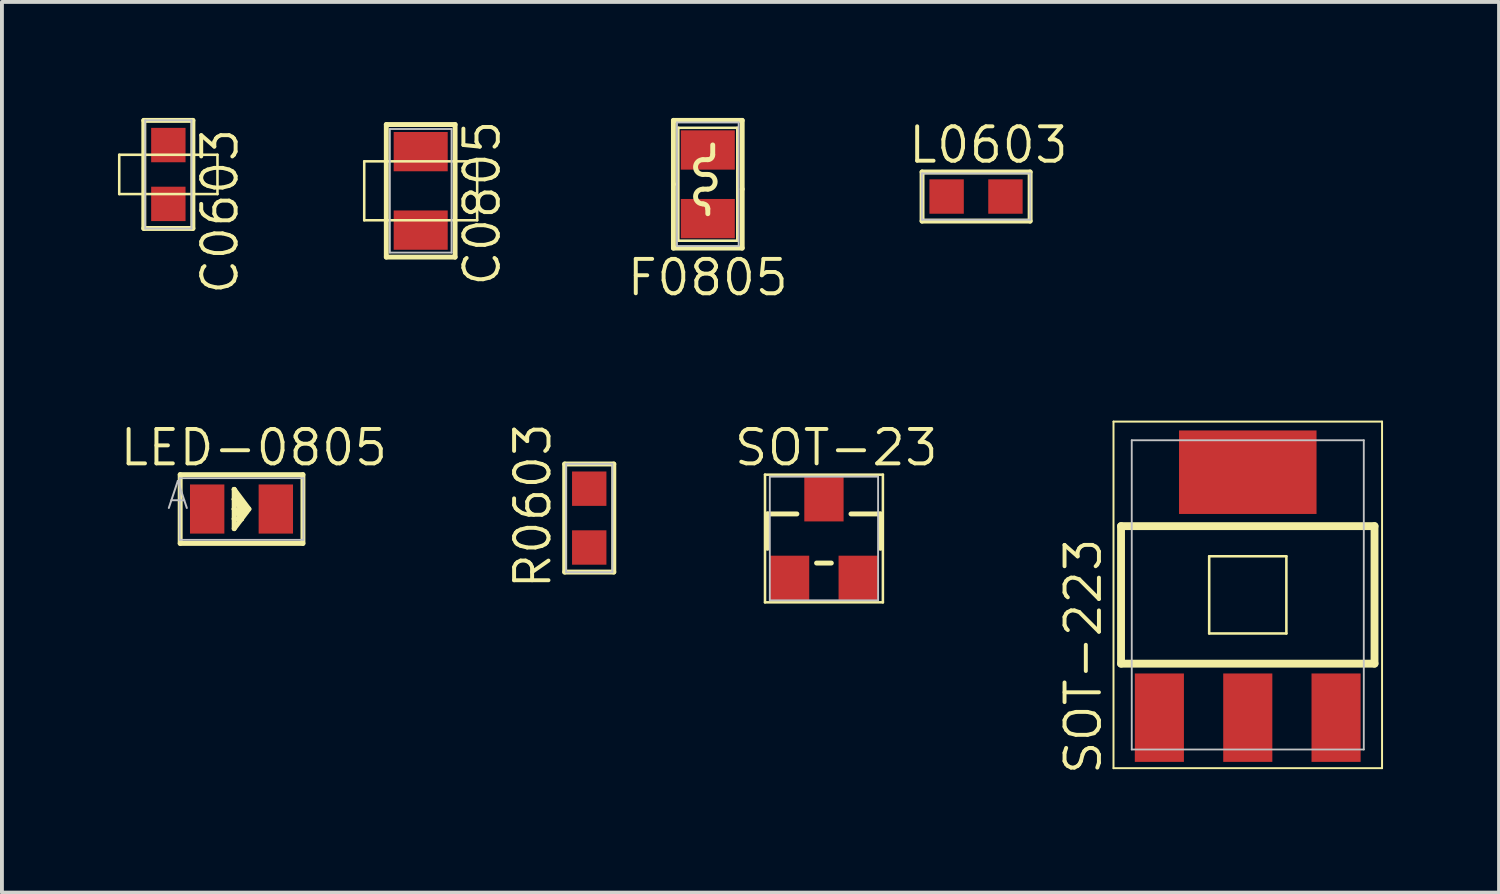
<source format=kicad_pcb>
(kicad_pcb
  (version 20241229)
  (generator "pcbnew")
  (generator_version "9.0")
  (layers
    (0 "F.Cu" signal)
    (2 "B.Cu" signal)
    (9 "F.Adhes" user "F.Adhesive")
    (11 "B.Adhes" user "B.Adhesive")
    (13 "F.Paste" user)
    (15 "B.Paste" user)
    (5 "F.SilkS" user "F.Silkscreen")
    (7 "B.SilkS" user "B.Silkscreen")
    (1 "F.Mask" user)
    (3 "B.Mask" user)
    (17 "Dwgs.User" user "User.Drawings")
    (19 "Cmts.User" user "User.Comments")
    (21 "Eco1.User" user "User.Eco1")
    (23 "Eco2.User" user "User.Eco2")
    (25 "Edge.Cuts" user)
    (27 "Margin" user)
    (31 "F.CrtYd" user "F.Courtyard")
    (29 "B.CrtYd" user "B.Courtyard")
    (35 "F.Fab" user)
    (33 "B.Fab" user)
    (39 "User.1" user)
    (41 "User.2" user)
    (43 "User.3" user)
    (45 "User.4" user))
  (footprint "C0603"
    (layer "F.Cu")
    (at 1.303 1.46)
    (property "Reference" "C0603" (at 1.333 0.953 270) (layer "F.SilkS") (effects (font (size 0.889 0.889) (thickness 0.102))))
    (attr smd)
    (fp_line (start -1.27 -0.508) (end 1.27 -0.508) (stroke (width 0.066) (type solid)) (layer "F.SilkS"))
    (fp_line (start -1.27 0.508) (end -1.27 -0.508) (stroke (width 0.066) (type solid)) (layer "F.SilkS"))
    (fp_line (start -1.27 0.508) (end 1.27 0.508) (stroke (width 0.066) (type solid)) (layer "F.SilkS"))
    (fp_line (start -0.635 -1.397) (end 0.635 -1.397) (stroke (width 0.127) (type solid)) (layer "F.SilkS"))
    (fp_line (start -0.635 1.397) (end -0.635 -1.397) (stroke (width 0.127) (type solid)) (layer "F.SilkS"))
    (fp_line (start 0.635 -1.397) (end 0.635 1.397) (stroke (width 0.127) (type solid)) (layer "F.SilkS"))
    (fp_line (start 0.635 1.397) (end -0.635 1.397) (stroke (width 0.127) (type solid)) (layer "F.SilkS"))
    (fp_line (start 1.27 0.508) (end 1.27 -0.508) (stroke (width 0.066) (type solid)) (layer "F.SilkS"))
    (fp_line (start -0.599 -1.4) (end -0.599 1.4) (stroke (width 0.048) (type solid)) (layer "Dwgs.User"))
    (fp_line (start -0.599 1.4) (end 0.599 1.4) (stroke (width 0.048) (type solid)) (layer "Dwgs.User"))
    (fp_line (start 0.599 -1.4) (end -0.599 -1.4) (stroke (width 0.048) (type solid)) (layer "Dwgs.User"))
    (fp_line (start 0.599 1.4) (end 0.599 -1.4) (stroke (width 0.048) (type solid)) (layer "Dwgs.User"))
    (pad "1" smd rect (at 0 -0.759 270) (size 0.889 0.889) (layers "F.Cu" "F.Mask" "F.Paste"))
    (pad "2" smd rect (at 0 0.762 270) (size 0.889 0.889) (layers "F.Cu" "F.Mask" "F.Paste")))
  (footprint "C0805"
    (layer "F.Cu")
    (at 7.828 1.884)
    (property "Reference" "C0805" (at 1.587 0.318 270) (layer "F.SilkS") (effects (font (size 0.889 0.889) (thickness 0.102))))
    (attr smd)
    (fp_line (start -1.46 -0.762) (end 1.46 -0.762) (stroke (width 0.066) (type solid)) (layer "F.SilkS"))
    (fp_line (start -1.46 0.762) (end -1.46 -0.762) (stroke (width 0.066) (type solid)) (layer "F.SilkS"))
    (fp_line (start -1.46 0.762) (end 1.46 0.762) (stroke (width 0.066) (type solid)) (layer "F.SilkS"))
    (fp_line (start -0.889 -1.714) (end 0.889 -1.714) (stroke (width 0.127) (type solid)) (layer "F.SilkS"))
    (fp_line (start -0.889 1.714) (end -0.889 -1.714) (stroke (width 0.127) (type solid)) (layer "F.SilkS"))
    (fp_line (start 0.889 -1.714) (end 0.889 1.714) (stroke (width 0.127) (type solid)) (layer "F.SilkS"))
    (fp_line (start 0.889 1.714) (end -0.889 1.714) (stroke (width 0.127) (type solid)) (layer "F.SilkS"))
    (fp_line (start 1.46 0.762) (end 1.46 -0.762) (stroke (width 0.066) (type solid)) (layer "F.SilkS"))
    (fp_line (start -0.798 -1.598) (end -0.798 1.598) (stroke (width 0.048) (type solid)) (layer "Dwgs.User"))
    (fp_line (start -0.798 1.598) (end 0.798 1.598) (stroke (width 0.048) (type solid)) (layer "Dwgs.User"))
    (fp_line (start 0.798 -1.598) (end -0.798 -1.598) (stroke (width 0.048) (type solid)) (layer "Dwgs.User"))
    (fp_line (start 0.798 1.598) (end 0.798 -1.598) (stroke (width 0.048) (type solid)) (layer "Dwgs.User"))
    (pad "1" smd rect (at 0 -1.013 270) (size 1.016 1.397) (layers "F.Cu" "F.Mask" "F.Paste"))
    (pad "2" smd rect (at 0 1.016 270) (size 1.016 1.397) (layers "F.Cu" "F.Mask" "F.Paste")))
  (footprint "SOT-23"
    (layer "F.Cu")
    (at 18.255 10.874)
    (property "Reference" "SOT-23" (at 0.318 -2.349 0) (layer "F.SilkS") (effects (font (size 0.889 0.889) (thickness 0.102))))
    (attr smd)
    (fp_line (start -1.524 -1.651) (end 1.524 -1.651) (stroke (width 0.066) (type solid)) (layer "F.SilkS"))
    (fp_line (start -1.524 1.651) (end -1.524 -1.651) (stroke (width 0.066) (type solid)) (layer "F.SilkS"))
    (fp_line (start -1.524 1.651) (end 1.524 1.651) (stroke (width 0.066) (type solid)) (layer "F.SilkS"))
    (fp_line (start -1.46 -0.635) (end -1.46 0.254) (stroke (width 0.127) (type solid)) (layer "F.SilkS"))
    (fp_line (start -0.699 -0.635) (end -1.46 -0.635) (stroke (width 0.127) (type solid)) (layer "F.SilkS"))
    (fp_line (start -0.191 0.635) (end 0.191 0.635) (stroke (width 0.127) (type solid)) (layer "F.SilkS"))
    (fp_line (start 1.46 -0.635) (end 0.699 -0.635) (stroke (width 0.127) (type solid)) (layer "F.SilkS"))
    (fp_line (start 1.46 0.254) (end 1.46 -0.635) (stroke (width 0.127) (type solid)) (layer "F.SilkS"))
    (fp_line (start 1.524 1.651) (end 1.524 -1.651) (stroke (width 0.066) (type solid)) (layer "F.SilkS"))
    (fp_line (start -1.4 -1.598) (end 1.4 -1.598) (stroke (width 0.048) (type solid)) (layer "Dwgs.User"))
    (fp_line (start -1.4 1.598) (end -1.4 -1.598) (stroke (width 0.048) (type solid)) (layer "Dwgs.User"))
    (fp_line (start 1.4 -1.598) (end 1.4 1.598) (stroke (width 0.048) (type solid)) (layer "Dwgs.User"))
    (fp_line (start 1.4 1.598) (end -1.4 1.598) (stroke (width 0.048) (type solid)) (layer "Dwgs.User"))
    (pad "1" smd rect (at -0.889 1.016 180) (size 1.016 1.143) (layers "F.Cu" "F.Mask" "F.Paste"))
    (pad "2" smd rect (at 0.886 1.016) (size 1.016 1.143) (layers "F.Cu" "F.Mask" "F.Paste"))
    (pad "3" smd rect (at 0 -1.013) (size 1.016 1.143) (layers "F.Cu" "F.Mask" "F.Paste")))
  (footprint "R0603"
    (layer "F.Cu")
    (at 12.186 10.345)
    (property "Reference" "R0603" (at -1.46 -0.318 90) (layer "F.SilkS") (effects (font (size 0.889 0.889) (thickness 0.102))))
    (attr smd)
    (fp_line (start -0.635 -1.397) (end 0.635 -1.397) (stroke (width 0.127) (type solid)) (layer "F.SilkS"))
    (fp_line (start -0.635 1.397) (end -0.635 -1.397) (stroke (width 0.127) (type solid)) (layer "F.SilkS"))
    (fp_line (start 0.635 -1.397) (end 0.635 1.397) (stroke (width 0.127) (type solid)) (layer "F.SilkS"))
    (fp_line (start 0.635 1.397) (end -0.635 1.397) (stroke (width 0.127) (type solid)) (layer "F.SilkS"))
    (fp_line (start -0.599 -1.4) (end 0.599 -1.4) (stroke (width 0.048) (type solid)) (layer "Dwgs.User"))
    (fp_line (start -0.599 1.4) (end -0.599 -1.4) (stroke (width 0.048) (type solid)) (layer "Dwgs.User"))
    (fp_line (start 0.599 -1.4) (end 0.599 1.4) (stroke (width 0.048) (type solid)) (layer "Dwgs.User"))
    (fp_line (start 0.599 1.4) (end -0.599 1.4) (stroke (width 0.048) (type solid)) (layer "Dwgs.User"))
    (pad "1" smd rect (at 0 -0.759 270) (size 0.889 0.889) (layers "F.Cu" "F.Mask" "F.Paste"))
    (pad "2" smd rect (at 0 0.762 270) (size 0.889 0.889) (layers "F.Cu" "F.Mask" "F.Paste")))
  (footprint "LED-0805"
    (layer "F.Cu")
    (at 3.196 10.112)
    (property "Reference" "LED-0805" (at 0.318 -1.587 0) (layer "F.SilkS") (effects (font (size 0.889 0.889) (thickness 0.102))))
    (attr smd)
    (fp_line (start -1.587 -0.889) (end 1.587 -0.889) (stroke (width 0.066) (type solid)) (layer "F.SilkS"))
    (fp_line (start -1.587 -0.889) (end 1.587 -0.889) (stroke (width 0.127) (type solid)) (layer "F.SilkS"))
    (fp_line (start -1.587 0.889) (end -1.587 -0.889) (stroke (width 0.066) (type solid)) (layer "F.SilkS"))
    (fp_line (start -1.587 0.889) (end -1.587 -0.889) (stroke (width 0.127) (type solid)) (layer "F.SilkS"))
    (fp_line (start -1.587 0.889) (end 1.587 0.889) (stroke (width 0.066) (type solid)) (layer "F.SilkS"))
    (fp_line (start -0.191 -0.508) (end -0.191 -0.254) (stroke (width 0.127) (type solid)) (layer "F.SilkS"))
    (fp_line (start -0.191 -0.508) (end 0.127 0.064) (stroke (width 0.127) (type solid)) (layer "F.SilkS"))
    (fp_line (start -0.191 -0.254) (end -0.191 0) (stroke (width 0.127) (type solid)) (layer "F.SilkS"))
    (fp_line (start -0.191 -0.254) (end 0.064 0.127) (stroke (width 0.127) (type solid)) (layer "F.SilkS"))
    (fp_line (start -0.191 0) (end -0.191 0.254) (stroke (width 0.127) (type solid)) (layer "F.SilkS"))
    (fp_line (start -0.191 0) (end 0 0.254) (stroke (width 0.127) (type solid)) (layer "F.SilkS"))
    (fp_line (start -0.191 0.254) (end -0.191 0.508) (stroke (width 0.127) (type solid)) (layer "F.SilkS"))
    (fp_line (start -0.191 0.508) (end 0 0.254) (stroke (width 0.127) (type solid)) (layer "F.SilkS"))
    (fp_line (start 0 0.254) (end -0.191 0.254) (stroke (width 0.127) (type solid)) (layer "F.SilkS"))
    (fp_line (start 0 0.254) (end 0.191 0) (stroke (width 0.127) (type solid)) (layer "F.SilkS"))
    (fp_line (start 0.064 0.127) (end -0.191 0) (stroke (width 0.127) (type solid)) (layer "F.SilkS"))
    (fp_line (start 0.127 0.064) (end -0.191 -0.254) (stroke (width 0.127) (type solid)) (layer "F.SilkS"))
    (fp_line (start 0.191 0) (end -0.191 -0.508) (stroke (width 0.127) (type solid)) (layer "F.SilkS"))
    (fp_line (start 1.587 -0.889) (end 1.587 0.889) (stroke (width 0.127) (type solid)) (layer "F.SilkS"))
    (fp_line (start 1.587 0.889) (end -1.587 0.889) (stroke (width 0.127) (type solid)) (layer "F.SilkS"))
    (fp_line (start 1.587 0.889) (end 1.587 -0.889) (stroke (width 0.066) (type solid)) (layer "F.SilkS"))
    (fp_line (start -1.598 -0.798) (end -1.598 0.798) (stroke (width 0.048) (type solid)) (layer "Dwgs.User"))
    (fp_line (start -1.598 0.798) (end 1.598 0.798) (stroke (width 0.048) (type solid)) (layer "Dwgs.User"))
    (fp_line (start 1.598 -0.798) (end -1.598 -0.798) (stroke (width 0.048) (type solid)) (layer "Dwgs.User"))
    (fp_line (start 1.598 0.798) (end 1.598 -0.798) (stroke (width 0.048) (type solid)) (layer "Dwgs.User"))
    (fp_text user "A" (at -1.648 -0.348 0) (layer "Dwgs.User") (effects (font (size 0.699 0.699) (thickness 0.051))))
    (pad "+" smd rect (at -0.889 0) (size 0.889 1.27) (layers "F.Cu" "F.Mask" "F.Paste"))
    (pad "-" smd rect (at 0.886 0) (size 0.889 1.27) (layers "F.Cu" "F.Mask" "F.Paste")))
  (footprint "F0805"
    (layer "F.Cu")
    (at 15.252 1.714)
    (property "Reference" "F0805" (at 0 2.413 0) (layer "F.SilkS") (effects (font (size 0.889 0.889) (thickness 0.102))))
    (attr smd)
    (fp_line (start -0.889 -1.651) (end 0.889 -1.651) (stroke (width 0.127) (type solid)) (layer "F.SilkS"))
    (fp_line (start -0.889 0) (end -0.889 -1.651) (stroke (width 0.127) (type solid)) (layer "F.SilkS"))
    (fp_line (start -0.889 1.651) (end -0.889 0) (stroke (width 0.127) (type solid)) (layer "F.SilkS"))
    (fp_line (start -0.762 1.46) (end -0.762 -1.46) (stroke (width 0.066) (type solid)) (layer "F.SilkS"))
    (fp_line (start -0.127 -0.635) (end 0 -0.635) (stroke (width 0.127) (type solid)) (layer "F.SilkS"))
    (fp_line (start -0.127 0.127) (end 0 0.127) (stroke (width 0.127) (type solid)) (layer "F.SilkS"))
    (fp_line (start 0 -0.254) (end -0.127 -0.254) (stroke (width 0.127) (type solid)) (layer "F.SilkS"))
    (fp_line (start 0 0.762) (end 0 0.635) (stroke (width 0.127) (type solid)) (layer "F.SilkS"))
    (fp_line (start 0.127 -0.762) (end 0.127 -1.016) (stroke (width 0.127) (type solid)) (layer "F.SilkS"))
    (fp_line (start 0.762 -1.46) (end -0.762 -1.46) (stroke (width 0.066) (type solid)) (layer "F.SilkS"))
    (fp_line (start 0.762 1.46) (end -0.762 1.46) (stroke (width 0.066) (type solid)) (layer "F.SilkS"))
    (fp_line (start 0.762 1.46) (end 0.762 -1.46) (stroke (width 0.066) (type solid)) (layer "F.SilkS"))
    (fp_line (start 0.889 -1.651) (end 0.889 0.127) (stroke (width 0.127) (type solid)) (layer "F.SilkS"))
    (fp_line (start 0.889 0.127) (end 0.889 1.651) (stroke (width 0.127) (type solid)) (layer "F.SilkS"))
    (fp_line (start 0.889 1.651) (end -0.889 1.651) (stroke (width 0.127) (type solid)) (layer "F.SilkS"))
    (fp_arc (start -0.127 -0.254) (mid -0.3175 -0.4445) (end -0.127 -0.635) (stroke (width 0.127) (type solid)) (layer "F.SilkS"))
    (fp_arc (start -0.127 0.508) (mid -0.3175 0.3175) (end -0.127 0.127) (stroke (width 0.127) (type solid)) (layer "F.SilkS"))
    (fp_arc (start -0.127 0.508) (mid -0.037197 0.545197) (end 0 0.635) (stroke (width 0.127) (type solid)) (layer "F.SilkS"))
    (fp_arc (start 0 -0.254) (mid 0.1905 -0.0635) (end 0 0.127) (stroke (width 0.127) (type solid)) (layer "F.SilkS"))
    (fp_arc (start 0.127 -0.762) (mid 0.089803 -0.672197) (end 0 -0.635) (stroke (width 0.127) (type solid)) (layer "F.SilkS"))
    (fp_line (start -0.798 -1.598) (end -0.798 1.598) (stroke (width 0.048) (type solid)) (layer "Dwgs.User"))
    (fp_line (start -0.798 1.598) (end 0.798 1.598) (stroke (width 0.048) (type solid)) (layer "Dwgs.User"))
    (fp_line (start 0.798 -1.598) (end -0.798 -1.598) (stroke (width 0.048) (type solid)) (layer "Dwgs.User"))
    (fp_line (start 0.798 1.598) (end 0.798 -1.598) (stroke (width 0.048) (type solid)) (layer "Dwgs.User"))
    (pad "1" smd rect (at 0 -0.886 270) (size 1.016 1.397) (layers "F.Cu" "F.Mask" "F.Paste"))
    (pad "2" smd rect (at 0 0.889 270) (size 1.016 1.397) (layers "F.Cu" "F.Mask" "F.Paste")))
  (footprint "L0603"
    (layer "F.Cu")
    (at 22.189 2.032)
    (property "Reference" "L0603" (at 0.318 -1.333 0) (layer "F.SilkS") (effects (font (size 0.889 0.889) (thickness 0.102))))
    (attr smd)
    (fp_line (start -1.397 -0.635) (end 1.397 -0.635) (stroke (width 0.127) (type solid)) (layer "F.SilkS"))
    (fp_line (start -1.397 0.635) (end -1.397 -0.635) (stroke (width 0.127) (type solid)) (layer "F.SilkS"))
    (fp_line (start 1.397 -0.635) (end 1.397 0.635) (stroke (width 0.127) (type solid)) (layer "F.SilkS"))
    (fp_line (start 1.397 0.635) (end -1.397 0.635) (stroke (width 0.127) (type solid)) (layer "F.SilkS"))
    (fp_line (start -1.4 -0.599) (end 1.4 -0.599) (stroke (width 0.048) (type solid)) (layer "Dwgs.User"))
    (fp_line (start -1.4 0.599) (end -1.4 -0.599) (stroke (width 0.048) (type solid)) (layer "Dwgs.User"))
    (fp_line (start 1.4 -0.599) (end 1.4 0.599) (stroke (width 0.048) (type solid)) (layer "Dwgs.User"))
    (fp_line (start 1.4 0.599) (end -1.4 0.599) (stroke (width 0.048) (type solid)) (layer "Dwgs.User"))
    (pad "1" smd rect (at -0.762 0) (size 0.889 0.889) (layers "F.Cu" "F.Mask" "F.Paste"))
    (pad "2" smd rect (at 0.759 0) (size 0.889 0.889) (layers "F.Cu" "F.Mask" "F.Paste")))
  (footprint "SOT-223"
    (layer "F.Cu")
    (at 29.214 12.332)
    (property "Reference" "SOT-223" (at -4.255 1.587 90) (layer "F.SilkS") (effects (font (size 0.889 0.889) (thickness 0.102))))
    (attr smd)
    (fp_line (start -3.472 -4.481) (end 3.472 -4.481) (stroke (width 0.051) (type solid)) (layer "F.SilkS"))
    (fp_line (start -3.472 4.481) (end -3.472 -4.481) (stroke (width 0.051) (type solid)) (layer "F.SilkS"))
    (fp_line (start -3.277 -1.778) (end 3.277 -1.778) (stroke (width 0.203) (type solid)) (layer "F.SilkS"))
    (fp_line (start -3.277 1.778) (end -3.277 -1.778) (stroke (width 0.203) (type solid)) (layer "F.SilkS"))
    (fp_line (start -0.998 -0.998) (end 0.998 -0.998) (stroke (width 0.066) (type solid)) (layer "F.SilkS"))
    (fp_line (start -0.998 0.998) (end -0.998 -0.998) (stroke (width 0.066) (type solid)) (layer "F.SilkS"))
    (fp_line (start -0.998 0.998) (end 0.998 0.998) (stroke (width 0.066) (type solid)) (layer "F.SilkS"))
    (fp_line (start 0.998 0.998) (end 0.998 -0.998) (stroke (width 0.066) (type solid)) (layer "F.SilkS"))
    (fp_line (start 3.277 -1.778) (end 3.277 1.778) (stroke (width 0.203) (type solid)) (layer "F.SilkS"))
    (fp_line (start 3.277 1.778) (end -3.277 1.778) (stroke (width 0.203) (type solid)) (layer "F.SilkS"))
    (fp_line (start 3.472 -4.481) (end 3.472 4.481) (stroke (width 0.051) (type solid)) (layer "F.SilkS"))
    (fp_line (start 3.472 4.481) (end -3.472 4.481) (stroke (width 0.051) (type solid)) (layer "F.SilkS"))
    (fp_line (start -3 -3.998) (end -3 3.998) (stroke (width 0.048) (type solid)) (layer "Dwgs.User"))
    (fp_line (start -3 3.998) (end 3 3.998) (stroke (width 0.048) (type solid)) (layer "Dwgs.User"))
    (fp_line (start 3 -3.998) (end -3 -3.998) (stroke (width 0.048) (type solid)) (layer "Dwgs.User"))
    (fp_line (start 3 3.998) (end 3 -3.998) (stroke (width 0.048) (type solid)) (layer "Dwgs.User"))
    (pad "1" smd rect (at -2.286 3.175) (size 1.27 2.286) (layers "F.Cu" "F.Mask" "F.Paste"))
    (pad "2" smd rect (at 0 3.175) (size 1.27 2.286) (layers "F.Cu" "F.Mask" "F.Paste"))
    (pad "3" smd rect (at 2.283 3.175) (size 1.27 2.286) (layers "F.Cu" "F.Mask" "F.Paste"))
    (pad "PAD" smd rect (at 0 -3.172) (size 3.556 2.159) (layers "F.Cu" "F.Mask" "F.Paste")))
  (gr_rect
    (start -3 -3)
    (end 35.711 20.031)
    (stroke (width 0.1) (type default))
    (fill no)
    (layer "Edge.Cuts")))
</source>
